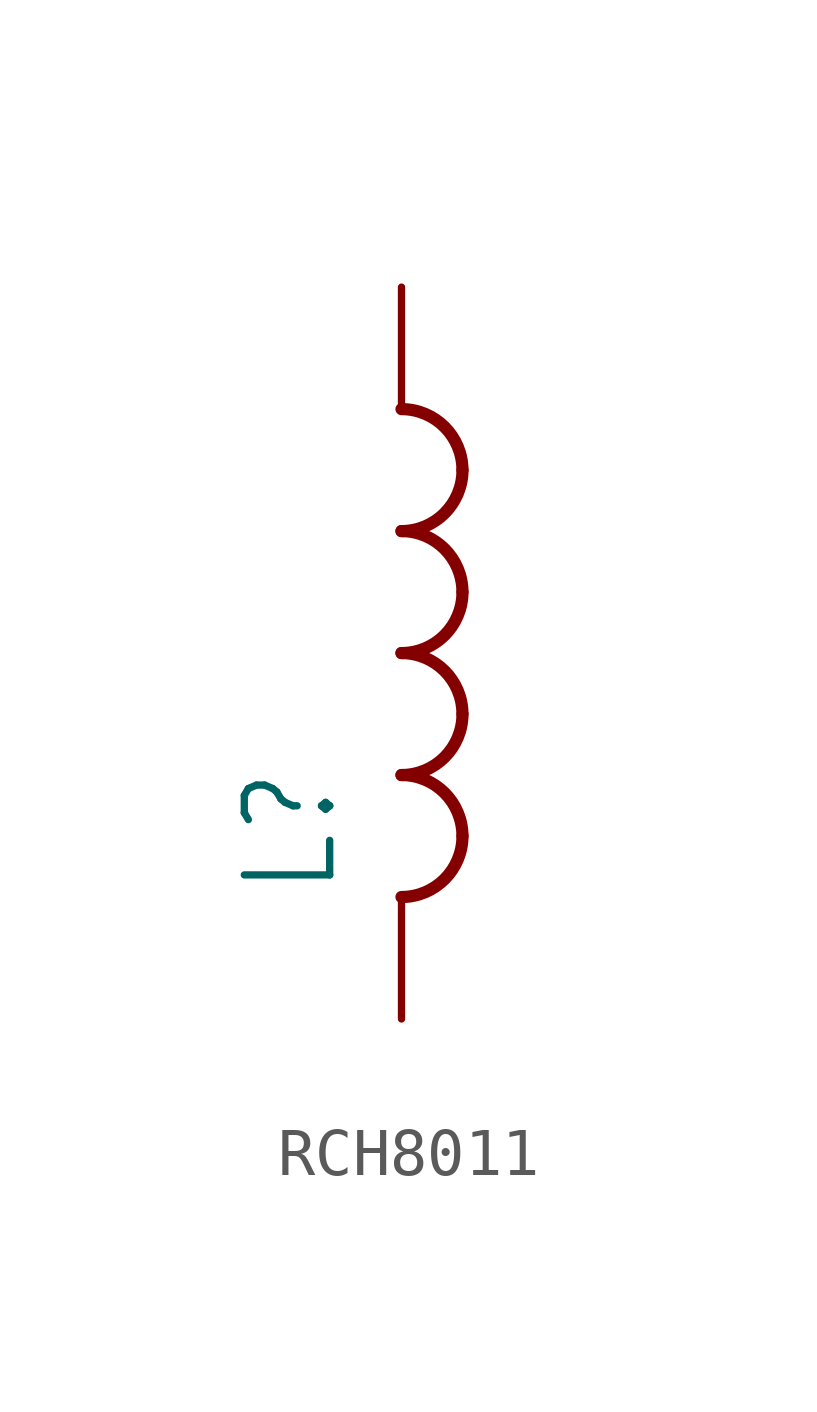
<source format=kicad_sym>
(kicad_symbol_lib
  (version 20231120)
  (generator "kicad_symbol_editor")
  (generator_version "8.0")
  (symbol "RCH8011"
    (property "Reference" "L"
      (at -1.27 -5.08 90)
      (effects (font (size 1.778 1.511)) (justify left bottom)))
    (property "Value" ""
      (at 3.81 -5.08 90)
      (effects (font (size 1.778 1.511)) (justify left bottom)))
    (property "ki_locked" ""
      (at 0 0 0)
      (effects (font (size 1.27 1.27))))
    (symbol "RCH8011_1_0"
      (arc (start 0 -5.08) (mid 0.898 -4.708) (end 1.27 -3.81) (stroke (width 0.254) (type solid)) (fill (type none)))
      (arc (start 0 -2.54) (mid 0.898 -2.168) (end 1.27 -1.27) (stroke (width 0.254) (type solid)) (fill (type none)))
      (arc (start 0 0) (mid 0.898 0.372) (end 1.27 1.27) (stroke (width 0.254) (type solid)) (fill (type none)))
      (arc (start 0 2.54) (mid 0.898 2.912) (end 1.27 3.81) (stroke (width 0.254) (type solid)) (fill (type none)))
      (arc (start 1.27 -3.81) (mid 0.898 -2.912) (end 0 -2.54) (stroke (width 0.254) (type solid)) (fill (type none)))
      (arc (start 1.27 -1.27) (mid 0.898 -0.372) (end 0 0) (stroke (width 0.254) (type solid)) (fill (type none)))
      (arc (start 1.27 1.27) (mid 0.898 2.168) (end 0 2.54) (stroke (width 0.254) (type solid)) (fill (type none)))
      (arc (start 1.27 3.81) (mid 0.898 4.708) (end 0 5.08) (stroke (width 0.254) (type solid)) (fill (type none)))
      (pin passive line (at 0 7.62 270) (length 2.54) (name "1" (effects (font (size 0 0)))) (number "1" (effects (font (size 0 0)))))
      (pin passive line (at 0 -7.62 90) (length 2.54) (name "2" (effects (font (size 0 0)))) (number "2" (effects (font (size 0 0))))))))
</source>
